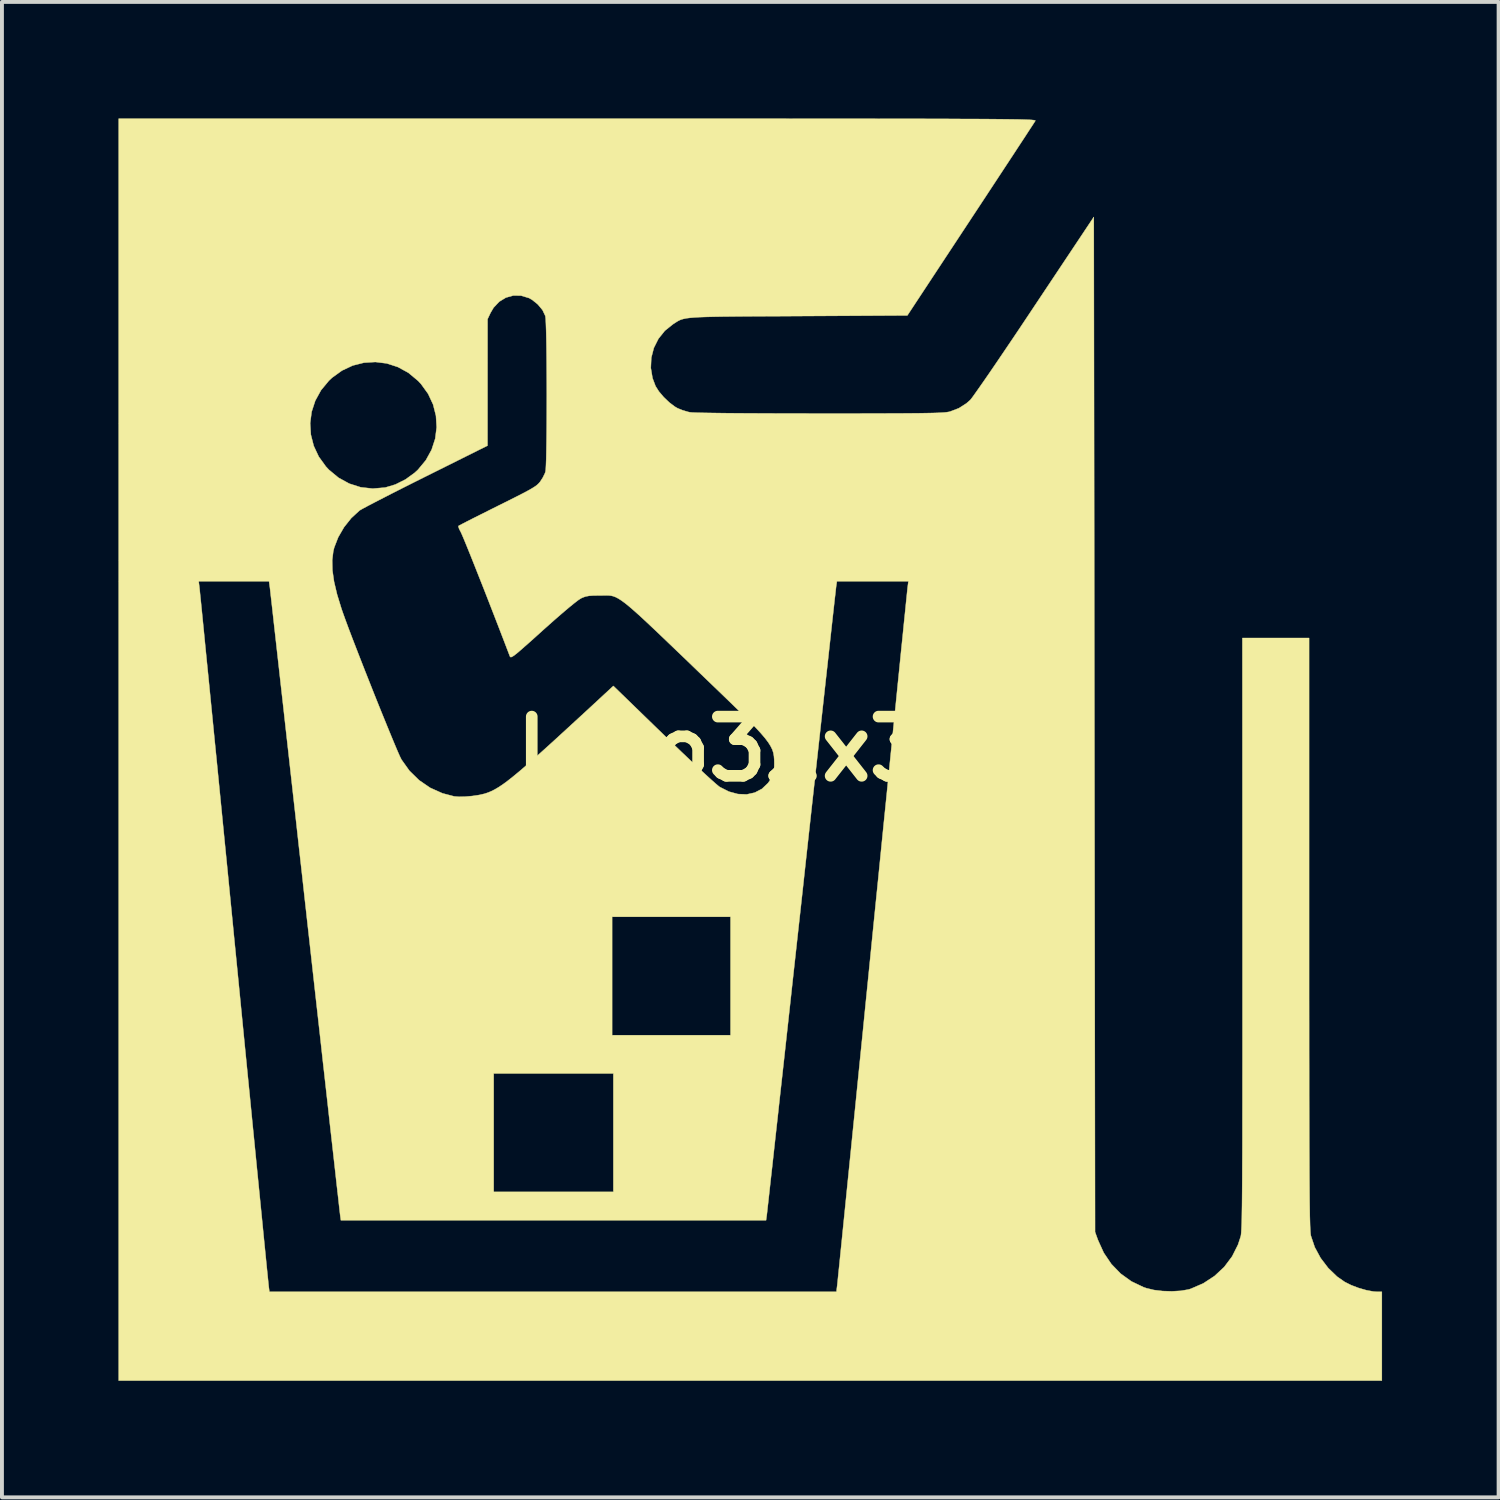
<source format=kicad_pcb>
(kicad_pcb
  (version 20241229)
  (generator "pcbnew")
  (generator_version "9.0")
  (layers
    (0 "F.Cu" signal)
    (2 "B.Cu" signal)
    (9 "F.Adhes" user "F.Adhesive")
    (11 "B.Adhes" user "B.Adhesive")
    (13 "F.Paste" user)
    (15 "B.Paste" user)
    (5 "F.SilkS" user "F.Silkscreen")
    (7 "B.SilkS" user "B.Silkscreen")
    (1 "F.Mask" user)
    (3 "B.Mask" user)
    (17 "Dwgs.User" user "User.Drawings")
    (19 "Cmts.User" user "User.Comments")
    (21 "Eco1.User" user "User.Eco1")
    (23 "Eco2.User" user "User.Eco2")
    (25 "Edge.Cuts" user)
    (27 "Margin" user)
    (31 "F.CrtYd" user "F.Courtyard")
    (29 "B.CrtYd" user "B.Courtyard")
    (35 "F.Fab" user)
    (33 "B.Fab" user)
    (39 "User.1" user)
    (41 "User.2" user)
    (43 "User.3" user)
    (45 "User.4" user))
  (footprint "logo32x32"
    (layer "F.Cu")
    (at 16.261 16.229)
    (property "Reference" "logo32x32" (at 0 0 0) (layer "F.SilkS") (effects (font (size 1.524 1.524) (thickness 0.3))))
    (attr through_hole)
    (fp_poly (pts (xy -3.413 -16.224) (xy -2.444 -16.224) (xy -1.535 -16.224) (xy -0.684 -16.224) (xy 0.112 -16.224) (xy 0.853 -16.224) (xy 1.542 -16.223) (xy 2.181 -16.223) (xy 2.772 -16.223) (xy 3.316 -16.222) (xy 3.815 -16.221) (xy 4.272 -16.221) (xy 4.688 -16.22) (xy 5.064 -16.219) (xy 5.404 -16.217) (xy 5.709 -16.216) (xy 5.98 -16.215) (xy 6.22 -16.213) (xy 6.43 -16.211) (xy 6.613 -16.209) (xy 6.77 -16.207) (xy 6.903 -16.205) (xy 7.014 -16.202) (xy 7.105 -16.199) (xy 7.178 -16.196) (xy 7.234 -16.193) (xy 7.276 -16.189) (xy 7.306 -16.185) (xy 7.325 -16.181) (xy 7.335 -16.177) (xy 7.338 -16.172) (xy 7.337 -16.169) (xy 7.315 -16.135) (xy 7.261 -16.051) (xy 7.177 -15.923) (xy 7.066 -15.752) (xy 6.929 -15.544) (xy 6.77 -15.301) (xy 6.591 -15.029) (xy 6.394 -14.729) (xy 6.182 -14.407) (xy 5.958 -14.066) (xy 5.723 -13.71) (xy 5.675 -13.637) (xy 4.043 -11.16) (xy 1.22 -11.144) (xy 0.726 -11.141) (xy 0.29 -11.139) (xy -0.089 -11.137) (xy -0.418 -11.134) (xy -0.701 -11.131) (xy -0.94 -11.127) (xy -1.141 -11.122) (xy -1.308 -11.116) (xy -1.445 -11.108) (xy -1.556 -11.098) (xy -1.645 -11.087) (xy -1.716 -11.072) (xy -1.774 -11.056) (xy -1.823 -11.036) (xy -1.867 -11.013) (xy -1.91 -10.986) (xy -1.956 -10.956) (xy -1.986 -10.937) (xy -2.198 -10.767) (xy -2.364 -10.56) (xy -2.482 -10.325) (xy -2.548 -10.071) (xy -2.56 -9.809) (xy -2.516 -9.546) (xy -2.438 -9.34) (xy -2.352 -9.204) (xy -2.228 -9.058) (xy -2.085 -8.921) (xy -1.941 -8.812) (xy -1.87 -8.771) (xy -1.746 -8.721) (xy -1.606 -8.679) (xy -1.556 -8.668) (xy -1.494 -8.662) (xy -1.371 -8.657) (xy -1.189 -8.653) (xy -0.95 -8.649) (xy -0.657 -8.645) (xy -0.31 -8.642) (xy 0.086 -8.64) (xy 0.531 -8.638) (xy 1.022 -8.637) (xy 1.557 -8.636) (xy 1.792 -8.636) (xy 2.319 -8.636) (xy 2.785 -8.636) (xy 3.196 -8.637) (xy 3.554 -8.638) (xy 3.864 -8.639) (xy 4.129 -8.641) (xy 4.354 -8.643) (xy 4.542 -8.646) (xy 4.697 -8.649) (xy 4.822 -8.653) (xy 4.922 -8.658) (xy 5 -8.663) (xy 5.059 -8.67) (xy 5.105 -8.677) (xy 5.14 -8.685) (xy 5.146 -8.687) (xy 5.37 -8.773) (xy 5.562 -8.896) (xy 5.659 -8.981) (xy 5.695 -9.024) (xy 5.762 -9.116) (xy 5.859 -9.253) (xy 5.983 -9.43) (xy 6.131 -9.644) (xy 6.3 -9.891) (xy 6.487 -10.167) (xy 6.69 -10.467) (xy 6.906 -10.788) (xy 7.131 -11.125) (xy 7.31 -11.394) (xy 8.842 -13.694) (xy 8.858 -0.632) (xy 8.874 12.43) (xy 8.948 12.636) (xy 9.098 12.966) (xy 9.294 13.256) (xy 9.533 13.503) (xy 9.811 13.703) (xy 10.123 13.852) (xy 10.196 13.877) (xy 10.39 13.924) (xy 10.616 13.951) (xy 10.853 13.958) (xy 11.079 13.945) (xy 11.274 13.912) (xy 11.335 13.894) (xy 11.661 13.753) (xy 11.95 13.563) (xy 12.199 13.331) (xy 12.402 13.06) (xy 12.554 12.757) (xy 12.622 12.549) (xy 12.628 12.524) (xy 12.633 12.488) (xy 12.637 12.44) (xy 12.641 12.377) (xy 12.645 12.296) (xy 12.649 12.195) (xy 12.652 12.072) (xy 12.654 11.924) (xy 12.657 11.75) (xy 12.659 11.546) (xy 12.661 11.31) (xy 12.663 11.04) (xy 12.664 10.734) (xy 12.666 10.389) (xy 12.667 10.003) (xy 12.667 9.574) (xy 12.668 9.099) (xy 12.668 8.575) (xy 12.669 8.001) (xy 12.669 7.374) (xy 12.669 6.691) (xy 12.669 5.951) (xy 12.669 5.151) (xy 12.669 4.755) (xy 12.666 -2.857) (xy 14.383 -2.857) (xy 14.383 4.739) (xy 14.383 5.57) (xy 14.383 6.341) (xy 14.384 7.052) (xy 14.384 7.707) (xy 14.385 8.308) (xy 14.385 8.858) (xy 14.386 9.357) (xy 14.387 9.81) (xy 14.388 10.218) (xy 14.39 10.583) (xy 14.391 10.909) (xy 14.393 11.196) (xy 14.395 11.448) (xy 14.397 11.667) (xy 14.4 11.856) (xy 14.402 12.015) (xy 14.406 12.149) (xy 14.409 12.259) (xy 14.413 12.348) (xy 14.417 12.418) (xy 14.421 12.471) (xy 14.426 12.509) (xy 14.431 12.533) (xy 14.529 12.823) (xy 14.68 13.102) (xy 14.876 13.359) (xy 15.104 13.579) (xy 15.302 13.717) (xy 15.466 13.799) (xy 15.658 13.872) (xy 15.856 13.929) (xy 16.038 13.963) (xy 16.134 13.97) (xy 16.256 13.97) (xy 16.256 16.256) (xy -16.256 16.256) (xy -16.256 -4.318) (xy -14.198 -4.318) (xy -14.179 -4.167) (xy -14.174 -4.123) (xy -14.164 -4.019) (xy -14.147 -3.856) (xy -14.125 -3.638) (xy -14.098 -3.367) (xy -14.066 -3.046) (xy -14.03 -2.677) (xy -13.989 -2.263) (xy -13.943 -1.807) (xy -13.894 -1.31) (xy -13.841 -0.777) (xy -13.785 -0.208) (xy -13.725 0.392) (xy -13.663 1.022) (xy -13.598 1.68) (xy -13.531 2.361) (xy -13.461 3.064) (xy -13.39 3.787) (xy -13.317 4.526) (xy -13.288 4.826) (xy -13.214 5.571) (xy -13.142 6.301) (xy -13.072 7.012) (xy -13.004 7.703) (xy -12.938 8.37) (xy -12.874 9.011) (xy -12.814 9.624) (xy -12.756 10.205) (xy -12.702 10.753) (xy -12.651 11.265) (xy -12.604 11.737) (xy -12.561 12.169) (xy -12.523 12.556) (xy -12.489 12.896) (xy -12.46 13.188) (xy -12.436 13.427) (xy -12.417 13.612) (xy -12.404 13.74) (xy -12.397 13.809) (xy -12.396 13.819) (xy -12.377 13.97) (xy 2.217 13.97) (xy 2.236 13.819) (xy 2.241 13.775) (xy 2.252 13.671) (xy 2.268 13.508) (xy 2.291 13.29) (xy 2.318 13.019) (xy 2.351 12.698) (xy 2.388 12.329) (xy 2.43 11.915) (xy 2.476 11.459) (xy 2.526 10.963) (xy 2.58 10.429) (xy 2.637 9.861) (xy 2.698 9.26) (xy 2.761 8.63) (xy 2.827 7.973) (xy 2.896 7.292) (xy 2.966 6.589) (xy 3.039 5.866) (xy 3.113 5.127) (xy 3.143 4.826) (xy 3.218 4.081) (xy 3.292 3.351) (xy 3.363 2.64) (xy 3.432 1.95) (xy 3.5 1.283) (xy 3.564 0.641) (xy 3.626 0.029) (xy 3.684 -0.553) (xy 3.74 -1.101) (xy 3.791 -1.612) (xy 3.839 -2.085) (xy 3.882 -2.516) (xy 3.922 -2.903) (xy 3.956 -3.244) (xy 3.986 -3.535) (xy 4.01 -3.775) (xy 4.029 -3.96) (xy 4.042 -4.088) (xy 4.049 -4.157) (xy 4.051 -4.167) (xy 4.07 -4.318) (xy 2.23 -4.318) (xy 2.21 -4.183) (xy 2.205 -4.14) (xy 2.194 -4.036) (xy 2.175 -3.875) (xy 2.151 -3.659) (xy 2.121 -3.39) (xy 2.086 -3.072) (xy 2.046 -2.708) (xy 2.001 -2.299) (xy 1.951 -1.849) (xy 1.897 -1.36) (xy 1.839 -0.835) (xy 1.778 -0.277) (xy 1.713 0.311) (xy 1.645 0.927) (xy 1.574 1.568) (xy 1.501 2.232) (xy 1.426 2.914) (xy 1.35 3.614) (xy 1.318 3.905) (xy 1.24 4.611) (xy 1.164 5.301) (xy 1.09 5.973) (xy 1.019 6.623) (xy 0.95 7.25) (xy 0.884 7.85) (xy 0.821 8.421) (xy 0.761 8.959) (xy 0.706 9.463) (xy 0.654 9.93) (xy 0.607 10.356) (xy 0.565 10.739) (xy 0.527 11.076) (xy 0.495 11.365) (xy 0.469 11.603) (xy 0.448 11.787) (xy 0.434 11.915) (xy 0.426 11.983) (xy 0.425 11.994) (xy 0.406 12.129) (xy -10.537 12.129) (xy -10.556 11.994) (xy -10.561 11.95) (xy -10.573 11.847) (xy -10.591 11.686) (xy -10.615 11.469) (xy -10.646 11.201) (xy -10.681 10.883) (xy -10.722 10.518) (xy -10.768 10.11) (xy -10.819 9.659) (xy -10.873 9.171) (xy -10.932 8.646) (xy -10.965 8.35) (xy -6.604 8.35) (xy -6.604 11.398) (xy -3.524 11.398) (xy -3.524 8.35) (xy -6.604 8.35) (xy -10.965 8.35) (xy -10.995 8.088) (xy -11.06 7.5) (xy -11.129 6.884) (xy -11.201 6.243) (xy -11.275 5.58) (xy -11.351 4.897) (xy -11.416 4.318) (xy -3.556 4.318) (xy -3.556 7.366) (xy -0.508 7.366) (xy -0.508 4.318) (xy -3.556 4.318) (xy -11.416 4.318) (xy -11.429 4.197) (xy -11.462 3.905) (xy -11.54 3.199) (xy -11.618 2.509) (xy -11.692 1.838) (xy -11.765 1.187) (xy -11.835 0.561) (xy -11.902 -0.039) (xy -11.966 -0.61) (xy -12.026 -1.149) (xy -12.083 -1.652) (xy -12.135 -2.119) (xy -12.183 -2.545) (xy -12.226 -2.928) (xy -12.264 -3.265) (xy -12.296 -3.555) (xy -12.323 -3.793) (xy -12.344 -3.977) (xy -12.358 -4.104) (xy -12.366 -4.173) (xy -12.368 -4.183) (xy -12.386 -4.318) (xy -13.292 -4.318) (xy -14.198 -4.318) (xy -16.256 -4.318) (xy -16.256 -4.858) (xy -10.761 -4.858) (xy -10.755 -4.6) (xy -10.713 -4.308) (xy -10.635 -3.978) (xy -10.52 -3.604) (xy -10.478 -3.484) (xy -10.417 -3.315) (xy -10.34 -3.107) (xy -10.249 -2.867) (xy -10.146 -2.601) (xy -10.035 -2.315) (xy -9.918 -2.016) (xy -9.797 -1.711) (xy -9.676 -1.405) (xy -9.556 -1.106) (xy -9.44 -0.82) (xy -9.331 -0.553) (xy -9.232 -0.312) (xy -9.145 -0.103) (xy -9.073 0.067) (xy -9.018 0.191) (xy -8.982 0.264) (xy -8.979 0.27) (xy -8.773 0.559) (xy -8.524 0.803) (xy -8.239 0.998) (xy -7.922 1.14) (xy -7.62 1.219) (xy -7.496 1.229) (xy -7.332 1.225) (xy -7.153 1.209) (xy -6.979 1.183) (xy -6.835 1.15) (xy -6.824 1.146) (xy -6.741 1.118) (xy -6.657 1.082) (xy -6.569 1.037) (xy -6.473 0.98) (xy -6.365 0.908) (xy -6.243 0.818) (xy -6.104 0.708) (xy -5.943 0.575) (xy -5.758 0.416) (xy -5.545 0.229) (xy -5.301 0.01) (xy -5.023 -0.242) (xy -4.708 -0.531) (xy -4.351 -0.859) (xy -4.119 -1.073) (xy -3.524 -1.624) (xy -2.237 -0.375) (xy -1.994 -0.141) (xy -1.76 0.084) (xy -1.54 0.293) (xy -1.338 0.482) (xy -1.16 0.648) (xy -1.01 0.785) (xy -0.893 0.889) (xy -0.813 0.956) (xy -0.785 0.977) (xy -0.55 1.096) (xy -0.317 1.159) (xy -0.093 1.168) (xy 0.115 1.122) (xy 0.301 1.025) (xy 0.458 0.875) (xy 0.531 0.769) (xy 0.577 0.682) (xy 0.604 0.601) (xy 0.616 0.504) (xy 0.618 0.366) (xy 0.618 0.365) (xy 0.616 0.269) (xy 0.609 0.181) (xy 0.594 0.097) (xy 0.567 0.013) (xy 0.524 -0.074) (xy 0.464 -0.17) (xy 0.382 -0.279) (xy 0.276 -0.403) (xy 0.142 -0.549) (xy -0.024 -0.719) (xy -0.224 -0.918) (xy -0.462 -1.15) (xy -0.74 -1.419) (xy -0.923 -1.595) (xy -1.31 -1.967) (xy -1.654 -2.299) (xy -1.959 -2.591) (xy -2.226 -2.847) (xy -2.459 -3.069) (xy -2.661 -3.259) (xy -2.835 -3.421) (xy -2.985 -3.555) (xy -3.112 -3.665) (xy -3.22 -3.753) (xy -3.313 -3.821) (xy -3.392 -3.872) (xy -3.462 -3.909) (xy -3.525 -3.933) (xy -3.584 -3.947) (xy -3.642 -3.953) (xy -3.703 -3.955) (xy -3.768 -3.954) (xy -3.842 -3.952) (xy -3.873 -3.952) (xy -4.034 -3.951) (xy -4.149 -3.943) (xy -4.236 -3.927) (xy -4.314 -3.899) (xy -4.358 -3.878) (xy -4.422 -3.837) (xy -4.528 -3.756) (xy -4.669 -3.641) (xy -4.84 -3.496) (xy -5.037 -3.325) (xy -5.253 -3.133) (xy -5.335 -3.06) (xy -5.554 -2.862) (xy -5.731 -2.704) (xy -5.871 -2.581) (xy -5.977 -2.489) (xy -6.056 -2.426) (xy -6.111 -2.387) (xy -6.148 -2.368) (xy -6.17 -2.366) (xy -6.183 -2.378) (xy -6.188 -2.388) (xy -6.326 -2.749) (xy -6.465 -3.11) (xy -6.603 -3.466) (xy -6.737 -3.811) (xy -6.866 -4.141) (xy -6.988 -4.449) (xy -7.1 -4.732) (xy -7.2 -4.983) (xy -7.287 -5.198) (xy -7.358 -5.371) (xy -7.411 -5.497) (xy -7.444 -5.57) (xy -7.45 -5.583) (xy -7.493 -5.665) (xy -7.512 -5.725) (xy -7.511 -5.741) (xy -7.479 -5.76) (xy -7.396 -5.803) (xy -7.27 -5.868) (xy -7.107 -5.951) (xy -6.913 -6.048) (xy -6.696 -6.157) (xy -6.5 -6.255) (xy -6.232 -6.388) (xy -6.016 -6.497) (xy -5.844 -6.585) (xy -5.711 -6.656) (xy -5.61 -6.714) (xy -5.536 -6.761) (xy -5.482 -6.802) (xy -5.442 -6.841) (xy -5.409 -6.879) (xy -5.407 -6.883) (xy -5.34 -6.986) (xy -5.287 -7.094) (xy -5.272 -7.137) (xy -5.264 -7.196) (xy -5.258 -7.311) (xy -5.252 -7.476) (xy -5.248 -7.683) (xy -5.244 -7.926) (xy -5.241 -8.197) (xy -5.239 -8.49) (xy -5.238 -8.797) (xy -5.237 -9.112) (xy -5.238 -9.427) (xy -5.24 -9.737) (xy -5.242 -10.033) (xy -5.245 -10.309) (xy -5.249 -10.557) (xy -5.254 -10.772) (xy -5.26 -10.945) (xy -5.266 -11.071) (xy -5.274 -11.141) (xy -5.276 -11.149) (xy -5.348 -11.3) (xy -5.467 -11.443) (xy -5.614 -11.562) (xy -5.697 -11.609) (xy -5.899 -11.67) (xy -6.1 -11.673) (xy -6.291 -11.619) (xy -6.463 -11.514) (xy -6.608 -11.359) (xy -6.687 -11.224) (xy -6.762 -11.065) (xy -6.763 -7.809) (xy -8.358 -7.014) (xy -8.658 -6.864) (xy -8.942 -6.721) (xy -9.207 -6.587) (xy -9.446 -6.464) (xy -9.654 -6.357) (xy -9.825 -6.268) (xy -9.954 -6.199) (xy -10.034 -6.154) (xy -10.058 -6.139) (xy -10.27 -5.944) (xy -10.456 -5.71) (xy -10.606 -5.451) (xy -10.709 -5.186) (xy -10.733 -5.089) (xy -10.761 -4.858) (xy -16.256 -4.858) (xy -16.256 -8.386) (xy -11.328 -8.386) (xy -11.31 -8.091) (xy -11.236 -7.801) (xy -11.107 -7.526) (xy -10.923 -7.271) (xy -10.846 -7.188) (xy -10.597 -6.982) (xy -10.321 -6.831) (xy -10.026 -6.737) (xy -9.717 -6.703) (xy -9.4 -6.73) (xy -9.394 -6.731) (xy -9.134 -6.809) (xy -8.876 -6.938) (xy -8.641 -7.108) (xy -8.554 -7.188) (xy -8.35 -7.434) (xy -8.202 -7.703) (xy -8.109 -7.989) (xy -8.072 -8.283) (xy -8.09 -8.578) (xy -8.163 -8.867) (xy -8.292 -9.143) (xy -8.476 -9.398) (xy -8.554 -9.48) (xy -8.799 -9.684) (xy -9.069 -9.832) (xy -9.354 -9.925) (xy -9.648 -9.962) (xy -9.943 -9.944) (xy -10.233 -9.871) (xy -10.508 -9.742) (xy -10.763 -9.558) (xy -10.846 -9.48) (xy -11.049 -9.235) (xy -11.197 -8.965) (xy -11.29 -8.68) (xy -11.328 -8.386) (xy -16.256 -8.386) (xy -16.256 -16.224) (xy -4.444 -16.224) (xy -3.413 -16.224)) (stroke (width 0.01) (type solid)) (fill yes) (layer "F.SilkS")))
  (gr_rect
    (start -3 -3)
    (end 35.522 35.49)
    (stroke (width 0.1) (type default))
    (fill no)
    (layer "Edge.Cuts")))
</source>
